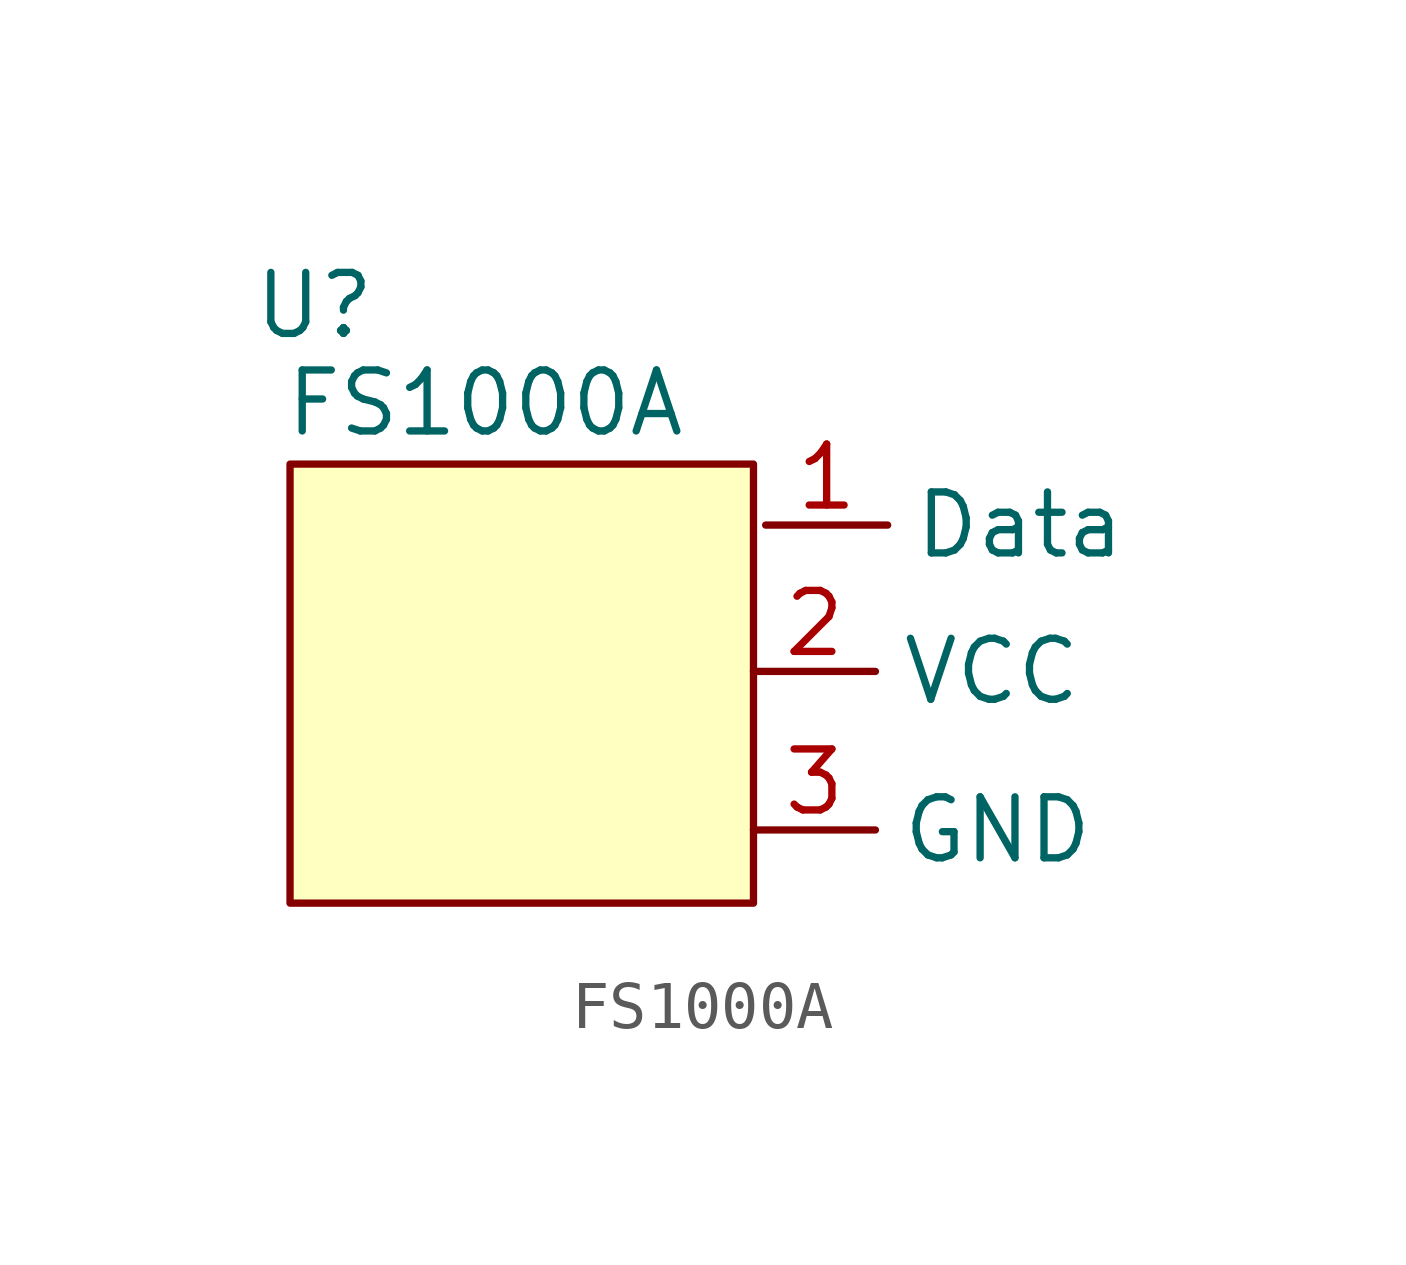
<source format=kicad_sym>
(kicad_symbol_lib
  (version 20211014)
  (generator kicad_symbol_editor)
  (symbol "FS1000A"
    (property "Reference" "U"
      (at 0.508 3.302 0)
      (effects (font (size 1.27 1.27))))
    (property "Value" "FS1000A"
      (at 4.064 1.27 0)
      (effects (font (size 1.27 1.27))))
    (symbol "FS1000A_0_0"
      (pin input line (at 9.906 -1.27 0) (length 2.54) (name "Data" (effects (font (size 1.27 1.27)))) (number "1" (effects (font (size 1.27 1.27)))))
      (pin power_in line (at 9.652 -4.318 0) (length 2.54) (name "VCC" (effects (font (size 1.27 1.27)))) (number "2" (effects (font (size 1.27 1.27)))))
      (pin passive line (at 9.652 -7.62 0) (length 2.54) (name "GND" (effects (font (size 1.27 1.27)))) (number "3" (effects (font (size 1.27 1.27))))))
    (symbol "FS1000A_0_1"
      (polyline (pts (xy 0 0) (xy 0 -9.144) (xy 9.652 -9.144) (xy 9.652 0) (xy 0 0)) (stroke (width 0) (type default) (color 0 0 0 0)) (fill (type background))))))
</source>
